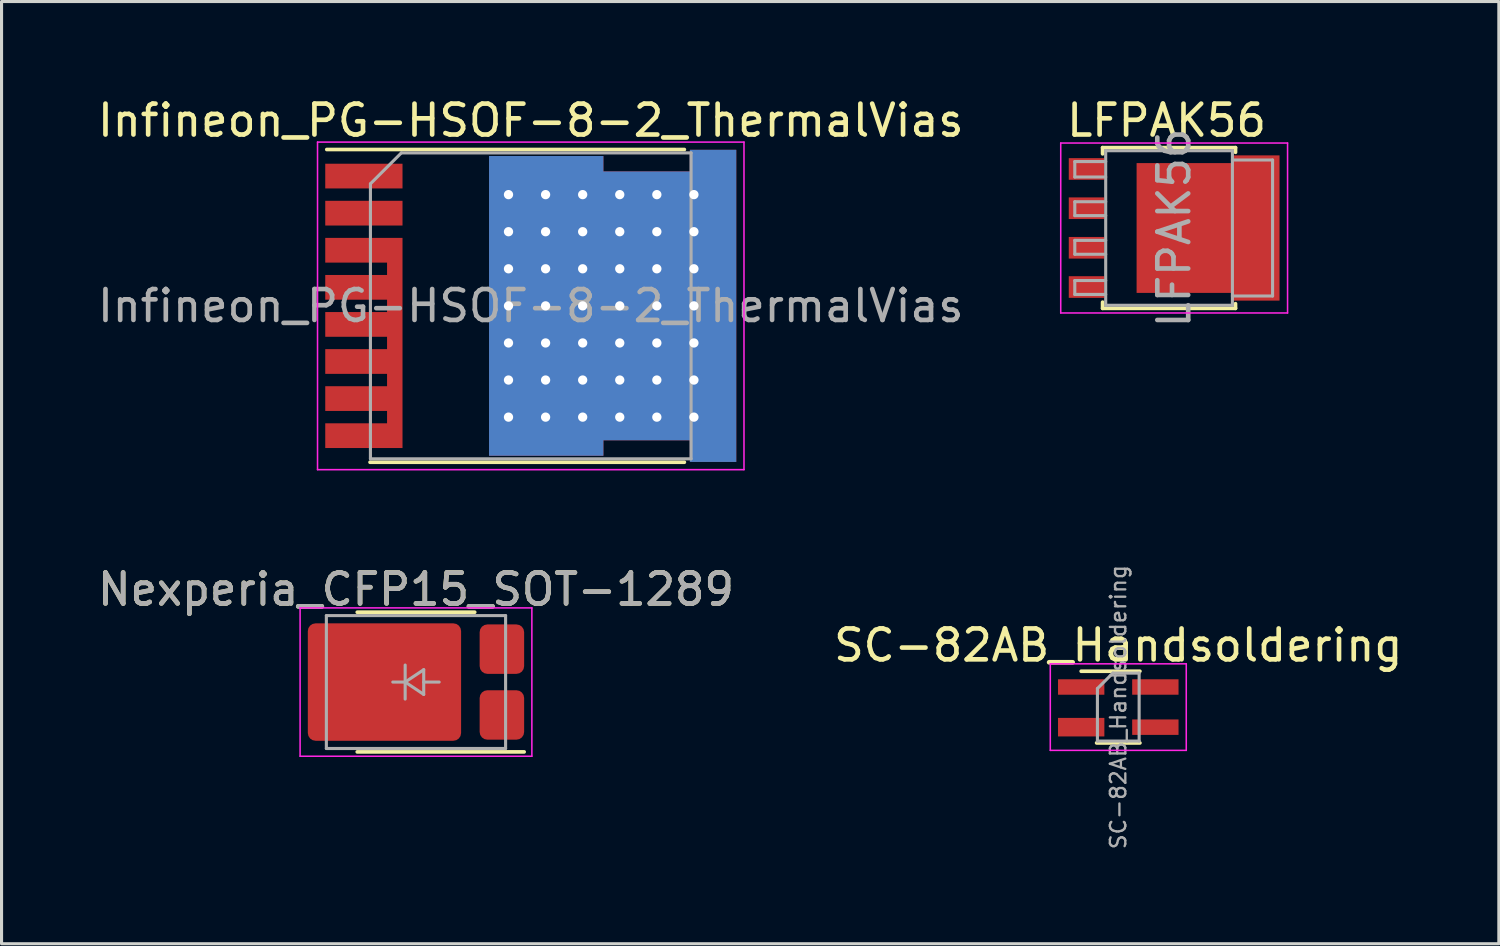
<source format=kicad_pcb>
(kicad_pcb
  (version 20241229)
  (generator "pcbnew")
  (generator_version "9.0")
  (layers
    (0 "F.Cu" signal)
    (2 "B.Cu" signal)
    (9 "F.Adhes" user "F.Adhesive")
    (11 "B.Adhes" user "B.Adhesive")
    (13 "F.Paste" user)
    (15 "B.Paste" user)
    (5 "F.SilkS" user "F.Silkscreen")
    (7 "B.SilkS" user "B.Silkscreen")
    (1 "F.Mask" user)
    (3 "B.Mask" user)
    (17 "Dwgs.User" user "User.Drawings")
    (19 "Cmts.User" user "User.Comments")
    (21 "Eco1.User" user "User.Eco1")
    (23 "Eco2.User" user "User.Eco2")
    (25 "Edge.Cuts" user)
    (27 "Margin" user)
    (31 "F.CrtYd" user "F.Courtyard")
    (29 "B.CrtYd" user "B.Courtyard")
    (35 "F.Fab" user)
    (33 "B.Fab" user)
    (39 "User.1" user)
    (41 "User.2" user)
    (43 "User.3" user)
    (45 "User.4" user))
  (footprint "SC-82AB_Handsoldering"
    (layer "F.Cu")
    (at 33.137 19.831)
    (property "Reference" "SC-82AB_Handsoldering" (at 0 -2 0) (layer "F.SilkS") (effects (font (size 1 1) (thickness 0.15))))
    (attr smd)
    (fp_line (start -0.7 1.16) (end 0.7 1.16) (stroke (width 0.12) (type solid)) (layer "F.SilkS"))
    (fp_line (start 0.7 -1.16) (end -1.2 -1.16) (stroke (width 0.12) (type solid)) (layer "F.SilkS"))
    (fp_line (start -2.2 -1.4) (end -2.2 1.4) (stroke (width 0.05) (type solid)) (layer "F.CrtYd"))
    (fp_line (start -2.2 -1.4) (end 2.2 -1.4) (stroke (width 0.05) (type solid)) (layer "F.CrtYd"))
    (fp_line (start -2.2 1.4) (end 2.2 1.4) (stroke (width 0.05) (type solid)) (layer "F.CrtYd"))
    (fp_line (start 2.2 1.4) (end 2.2 -1.4) (stroke (width 0.05) (type solid)) (layer "F.CrtYd"))
    (fp_line (start -0.675 -0.6) (end -0.675 1.1) (stroke (width 0.1) (type solid)) (layer "F.Fab"))
    (fp_line (start -0.175 -1.1) (end -0.675 -0.6) (stroke (width 0.1) (type solid)) (layer "F.Fab"))
    (fp_line (start 0.675 -1.1) (end -0.175 -1.1) (stroke (width 0.1) (type solid)) (layer "F.Fab"))
    (fp_line (start 0.675 -1.1) (end 0.675 1.1) (stroke (width 0.1) (type solid)) (layer "F.Fab"))
    (fp_line (start 0.675 1.1) (end -0.675 1.1) (stroke (width 0.1) (type solid)) (layer "F.Fab"))
    (fp_text user "${REFERENCE}" (at 0 0 90) (layer "F.Fab") (effects (font (size 0.5 0.5) (thickness 0.075))))
    (pad "1" smd rect (at -1.2 -0.65) (size 1.5 0.5) (layers "F.Cu" "F.Mask" "F.Paste"))
    (pad "2" smd rect (at -1.2 0.65) (size 1.5 0.6) (layers "F.Cu" "F.Mask" "F.Paste"))
    (pad "3" smd rect (at 1.2 0.65) (size 1.5 0.5) (layers "F.Cu" "F.Mask" "F.Paste"))
    (pad "4" smd rect (at 1.2 -0.65) (size 1.5 0.5) (layers "F.Cu" "F.Mask" "F.Paste")))
  (footprint "Nexperia_CFP15_SOT-1289"
    (layer "F.Cu")
    (at 10.411 19.021)
    (property "Reference" "Nexperia_CFP15_SOT-1289" (at 0 -3 0) (layer "F.SilkS") (effects (font (size 1 1) (thickness 0.15))))
    (attr smd)
    (fp_line (start -1.9 -2.26) (end 1.9 -2.26) (stroke (width 0.12) (type solid)) (layer "F.SilkS"))
    (fp_line (start -1.9 2.26) (end 3.5 2.26) (stroke (width 0.12) (type solid)) (layer "F.SilkS"))
    (fp_line (start -3.75 -2.4) (end -3.75 2.4) (stroke (width 0.05) (type solid)) (layer "F.CrtYd"))
    (fp_line (start -3.75 -2.4) (end 3.75 -2.4) (stroke (width 0.05) (type solid)) (layer "F.CrtYd"))
    (fp_line (start 3.75 -2.4) (end 3.75 2.4) (stroke (width 0.05) (type solid)) (layer "F.CrtYd"))
    (fp_line (start 3.75 2.4) (end -3.75 2.4) (stroke (width 0.05) (type solid)) (layer "F.CrtYd"))
    (fp_line (start -2.9 -2.15) (end 2.9 -2.15) (stroke (width 0.1) (type solid)) (layer "F.Fab"))
    (fp_line (start -2.9 2.15) (end -2.9 -2.15) (stroke (width 0.1) (type solid)) (layer "F.Fab"))
    (fp_line (start -0.75 0) (end -0.35 0) (stroke (width 0.1) (type solid)) (layer "F.Fab"))
    (fp_line (start -0.35 -0.55) (end -0.35 0.55) (stroke (width 0.1) (type solid)) (layer "F.Fab"))
    (fp_line (start -0.35 0) (end 0.25 -0.4) (stroke (width 0.1) (type solid)) (layer "F.Fab"))
    (fp_line (start 0.25 -0.4) (end 0.25 0.4) (stroke (width 0.1) (type solid)) (layer "F.Fab"))
    (fp_line (start 0.25 0) (end 0.75 0) (stroke (width 0.1) (type solid)) (layer "F.Fab"))
    (fp_line (start 0.25 0.4) (end -0.35 0) (stroke (width 0.1) (type solid)) (layer "F.Fab"))
    (fp_line (start 2.9 -2.15) (end 2.9 2.15) (stroke (width 0.1) (type solid)) (layer "F.Fab"))
    (fp_line (start 2.9 2.15) (end -2.9 2.15) (stroke (width 0.1) (type solid)) (layer "F.Fab"))
    (fp_text user "${REFERENCE}" (at 0 -3 0) (layer "F.Fab") (effects (font (size 1 1) (thickness 0.15))))
    (pad "" smd roundrect (at -3.15 0) (size 0.6 2.4) (layers "F.Paste") (roundrect_rratio 0.25))
    (pad "" smd roundrect (at -1.7 -0.95) (size 1.9 1.7) (layers "F.Paste") (roundrect_rratio 0.147))
    (pad "" smd roundrect (at -1.7 0.95) (size 1.9 1.7) (layers "F.Paste") (roundrect_rratio 0.147))
    (pad "" smd roundrect (at 0.4 -0.95) (size 1.9 1.7) (layers "F.Paste") (roundrect_rratio 0.147))
    (pad "" smd roundrect (at 0.4 0.95) (size 1.9 1.7) (layers "F.Paste") (roundrect_rratio 0.147))
    (pad "1" smd roundrect (at 2.78 1.065) (size 1.44 1.6) (layers "F.Cu" "F.Mask" "F.Paste") (roundrect_rratio 0.174))
    (pad "2" smd roundrect (at 2.78 -1.065) (size 1.44 1.6) (layers "F.Cu" "F.Mask" "F.Paste") (roundrect_rratio 0.174))
    (pad "3" smd roundrect (at -1.02 0) (size 4.96 3.8) (layers "F.Cu" "F.Mask") (roundrect_rratio 0.066)))
  (footprint "LFPAK56"
    (layer "F.Cu")
    (at 34.945 4.328)
    (property "Reference" "LFPAK56" (at -0.245 -3.48 0) (layer "F.SilkS") (effects (font (size 1 1) (thickness 0.15))))
    (attr smd)
    (fp_line (start -2.315 -2.6) (end -2.315 -2.4) (stroke (width 0.12) (type solid)) (layer "F.SilkS"))
    (fp_line (start -2.315 2.4) (end -2.315 2.6) (stroke (width 0.12) (type solid)) (layer "F.SilkS"))
    (fp_line (start -2.315 2.6) (end 1.985 2.6) (stroke (width 0.12) (type solid)) (layer "F.SilkS"))
    (fp_line (start 1.985 -2.6) (end -2.315 -2.6) (stroke (width 0.12) (type solid)) (layer "F.SilkS"))
    (fp_line (start 1.985 -2.45) (end 1.985 -2.6) (stroke (width 0.12) (type solid)) (layer "F.SilkS"))
    (fp_line (start 1.985 2.6) (end 1.985 2.45) (stroke (width 0.12) (type solid)) (layer "F.SilkS"))
    (fp_line (start -3.67 2.75) (end -3.67 -2.75) (stroke (width 0.05) (type solid)) (layer "F.CrtYd"))
    (fp_line (start -3.67 2.75) (end 3.67 2.75) (stroke (width 0.05) (type solid)) (layer "F.CrtYd"))
    (fp_line (start 3.67 -2.75) (end -3.67 -2.75) (stroke (width 0.05) (type solid)) (layer "F.CrtYd"))
    (fp_line (start 3.67 -2.75) (end 3.67 2.75) (stroke (width 0.05) (type solid)) (layer "F.CrtYd"))
    (fp_line (start -3.215 -2.15) (end -3.215 -1.65) (stroke (width 0.1) (type solid)) (layer "F.Fab"))
    (fp_line (start -3.215 -2.15) (end -2.215 -2.15) (stroke (width 0.1) (type solid)) (layer "F.Fab"))
    (fp_line (start -3.215 -1.65) (end -2.215 -1.65) (stroke (width 0.1) (type solid)) (layer "F.Fab"))
    (fp_line (start -3.215 -0.85) (end -3.215 -0.4) (stroke (width 0.1) (type solid)) (layer "F.Fab"))
    (fp_line (start -3.215 -0.4) (end -2.215 -0.4) (stroke (width 0.1) (type solid)) (layer "F.Fab"))
    (fp_line (start -3.215 0.4) (end -3.215 0.85) (stroke (width 0.1) (type solid)) (layer "F.Fab"))
    (fp_line (start -3.215 0.85) (end -2.215 0.85) (stroke (width 0.1) (type solid)) (layer "F.Fab"))
    (fp_line (start -3.215 1.7) (end -3.215 2.15) (stroke (width 0.1) (type solid)) (layer "F.Fab"))
    (fp_line (start -3.215 2.15) (end -2.215 2.15) (stroke (width 0.1) (type solid)) (layer "F.Fab"))
    (fp_line (start -2.215 -2.5) (end -2.215 2.5) (stroke (width 0.1) (type solid)) (layer "F.Fab"))
    (fp_line (start -2.215 -0.85) (end -3.215 -0.85) (stroke (width 0.1) (type solid)) (layer "F.Fab"))
    (fp_line (start -2.215 0.4) (end -3.215 0.4) (stroke (width 0.1) (type solid)) (layer "F.Fab"))
    (fp_line (start -2.215 1.7) (end -3.215 1.7) (stroke (width 0.1) (type solid)) (layer "F.Fab"))
    (fp_line (start -2.215 2.5) (end 1.885 2.5) (stroke (width 0.1) (type solid)) (layer "F.Fab"))
    (fp_line (start 1.885 -2.5) (end -2.215 -2.5) (stroke (width 0.1) (type solid)) (layer "F.Fab"))
    (fp_line (start 1.885 2.5) (end 1.885 -2.5) (stroke (width 0.1) (type solid)) (layer "F.Fab"))
    (fp_line (start 3.185 -2.2) (end 1.885 -2.2) (stroke (width 0.1) (type solid)) (layer "F.Fab"))
    (fp_line (start 3.185 -2.2) (end 3.185 2.2) (stroke (width 0.1) (type solid)) (layer "F.Fab"))
    (fp_line (start 3.185 2.2) (end 1.885 2.2) (stroke (width 0.1) (type solid)) (layer "F.Fab"))
    (fp_text user "${REFERENCE}" (at 0 0 90) (layer "F.Fab") (effects (font (size 1 1) (thickness 0.15))))
    (pad "" smd rect (at -0.665 -1.15) (size 0.6 0.9) (layers "F.Paste"))
    (pad "" smd rect (at -0.665 0) (size 0.6 0.9) (layers "F.Paste"))
    (pad "" smd rect (at -0.665 1.15) (size 0.6 0.9) (layers "F.Paste"))
    (pad "" smd rect (at 0.185 -1.15) (size 0.6 0.9) (layers "F.Paste"))
    (pad "" smd rect (at 0.185 0) (size 0.6 0.9) (layers "F.Paste"))
    (pad "" smd rect (at 0.185 1.15) (size 0.6 0.9) (layers "F.Paste"))
    (pad "" smd rect (at 1.035 -1.15) (size 0.6 0.9) (layers "F.Paste"))
    (pad "" smd rect (at 1.035 0) (size 0.6 0.9) (layers "F.Paste"))
    (pad "" smd rect (at 1.035 1.15) (size 0.6 0.9) (layers "F.Paste"))
    (pad "" smd rect (at 2.885 -1.88 270) (size 0.6 0.9) (layers "F.Paste"))
    (pad "" smd rect (at 2.885 -0.6 270) (size 0.6 0.9) (layers "F.Paste"))
    (pad "" smd rect (at 2.885 0.6 270) (size 0.6 0.9) (layers "F.Paste"))
    (pad "" smd rect (at 2.885 1.88 270) (size 0.6 0.9) (layers "F.Paste"))
    (pad "1" smd rect (at -2.835 -1.91 270) (size 0.7 1.15) (layers "F.Cu" "F.Mask" "F.Paste"))
    (pad "2" smd rect (at -2.835 -0.64 270) (size 0.7 1.15) (layers "F.Cu" "F.Mask" "F.Paste"))
    (pad "3" smd rect (at -2.835 0.64 270) (size 0.7 1.15) (layers "F.Cu" "F.Mask" "F.Paste"))
    (pad "4" smd rect (at -2.835 1.91 270) (size 0.7 1.15) (layers "F.Cu" "F.Mask" "F.Paste"))
    (pad "5" smd custom (at 0.435 0) (size 3.3 4.2) (layers "F.Cu" "F.Mask") (options (anchor rect)) (primitives (gr_poly (pts (xy 2.975 2.35) (xy 1.425 2.35) (xy 1.425 -2.35) (xy 2.975 -2.35)) (width 0) (fill yes)))))
  (footprint "Infineon_PG-HSOF-8-2_ThermalVias"
    (layer "F.Cu")
    (at 14.125 6.848)
    (property "Reference" "Infineon_PG-HSOF-8-2_ThermalVias" (at 0 -6 0) (layer "F.SilkS") (effects (font (size 1 1) (thickness 0.15))))
    (attr smd)
    (fp_line (start -5.2 5.06) (end 4.97 5.06) (stroke (width 0.12) (type solid)) (layer "F.SilkS"))
    (fp_line (start 4.97 -5.06) (end -6.6 -5.06) (stroke (width 0.12) (type solid)) (layer "F.SilkS"))
    (fp_line (start -6.9 5.3) (end -6.9 -5.3) (stroke (width 0.05) (type solid)) (layer "F.CrtYd"))
    (fp_line (start -6.9 5.3) (end 6.9 5.3) (stroke (width 0.05) (type solid)) (layer "F.CrtYd"))
    (fp_line (start 6.9 -5.3) (end -6.9 -5.3) (stroke (width 0.05) (type solid)) (layer "F.CrtYd"))
    (fp_line (start 6.9 -5.3) (end 6.9 5.3) (stroke (width 0.05) (type solid)) (layer "F.CrtYd"))
    (fp_line (start -5.188 4.95) (end -5.188 -3.95) (stroke (width 0.1) (type solid)) (layer "F.Fab"))
    (fp_line (start -4.188 -4.95) (end -5.188 -3.95) (stroke (width 0.1) (type solid)) (layer "F.Fab"))
    (fp_line (start -4.188 -4.95) (end 5.188 -4.95) (stroke (width 0.1) (type solid)) (layer "F.Fab"))
    (fp_line (start 5.188 -4.95) (end 5.188 4.95) (stroke (width 0.1) (type solid)) (layer "F.Fab"))
    (fp_line (start 5.188 4.95) (end -5.188 4.95) (stroke (width 0.1) (type solid)) (layer "F.Fab"))
    (fp_text user "${REFERENCE}" (at 0 0 0) (layer "F.Fab") (effects (font (size 1 1) (thickness 0.15))))
    (pad "" smd rect (at -5.4 -4.2) (size 2.35 0.7) (layers "F.Paste"))
    (pad "" smd rect (at -5.4 -3) (size 2.35 0.7) (layers "F.Paste"))
    (pad "" smd rect (at -5.4 -1.8) (size 2.35 0.7) (layers "F.Paste"))
    (pad "" smd rect (at -5.4 -0.6) (size 2.35 0.7) (layers "F.Paste"))
    (pad "" smd rect (at -5.4 0.6) (size 2.35 0.7) (layers "F.Paste"))
    (pad "" smd rect (at -5.4 1.8) (size 2.35 0.7) (layers "F.Paste"))
    (pad "" smd rect (at -5.4 3) (size 2.35 0.7) (layers "F.Paste"))
    (pad "" smd rect (at -5.4 4.2) (size 2.35 0.7) (layers "F.Paste"))
    (pad "" smd circle (at -0.12 -4.2) (size 1 1) (layers "F.Paste"))
    (pad "" smd circle (at -0.12 -3) (size 1 1) (layers "F.Paste"))
    (pad "" smd circle (at -0.12 -1.8) (size 1 1) (layers "F.Paste"))
    (pad "" smd circle (at -0.12 -0.6) (size 1 1) (layers "F.Paste"))
    (pad "" smd circle (at -0.12 0.6) (size 1 1) (layers "F.Paste"))
    (pad "" smd circle (at -0.12 1.8) (size 1 1) (layers "F.Paste"))
    (pad "" smd circle (at -0.12 3) (size 1 1) (layers "F.Paste"))
    (pad "" smd circle (at -0.12 4.2) (size 1 1) (layers "F.Paste"))
    (pad "" smd circle (at 1.08 -4.2) (size 1 1) (layers "F.Paste"))
    (pad "" smd circle (at 1.08 -3) (size 1 1) (layers "F.Paste"))
    (pad "" smd circle (at 1.08 -1.8) (size 1 1) (layers "F.Paste"))
    (pad "" smd circle (at 1.08 -0.6) (size 1 1) (layers "F.Paste"))
    (pad "" smd circle (at 1.08 0.6) (size 1 1) (layers "F.Paste"))
    (pad "" smd circle (at 1.08 1.8) (size 1 1) (layers "F.Paste"))
    (pad "" smd circle (at 1.08 3) (size 1 1) (layers "F.Paste"))
    (pad "" smd circle (at 1.08 4.2) (size 1 1) (layers "F.Paste"))
    (pad "" smd circle (at 2.28 -3) (size 1 1) (layers "F.Paste"))
    (pad "" smd circle (at 2.28 -1.8) (size 1 1) (layers "F.Paste"))
    (pad "" smd circle (at 2.28 -0.6) (size 1 1) (layers "F.Paste"))
    (pad "" smd circle (at 2.28 0.6) (size 1 1) (layers "F.Paste"))
    (pad "" smd circle (at 2.28 1.8) (size 1 1) (layers "F.Paste"))
    (pad "" smd circle (at 2.28 3) (size 1 1) (layers "F.Paste"))
    (pad "" smd circle (at 3.48 -3) (size 1 1) (layers "F.Paste"))
    (pad "" smd circle (at 3.48 -1.8) (size 1 1) (layers "F.Paste"))
    (pad "" smd circle (at 3.48 -0.6) (size 1 1) (layers "F.Paste"))
    (pad "" smd circle (at 3.48 0.6) (size 1 1) (layers "F.Paste"))
    (pad "" smd circle (at 3.48 1.8) (size 1 1) (layers "F.Paste"))
    (pad "" smd circle (at 3.48 3) (size 1 1) (layers "F.Paste"))
    (pad "" smd circle (at 4.68 -3) (size 1 1) (layers "F.Paste"))
    (pad "" smd circle (at 4.68 -1.8) (size 1 1) (layers "F.Paste"))
    (pad "" smd circle (at 4.68 -0.6) (size 1 1) (layers "F.Paste"))
    (pad "" smd circle (at 4.68 0.6) (size 1 1) (layers "F.Paste"))
    (pad "" smd circle (at 4.68 1.8) (size 1 1) (layers "F.Paste"))
    (pad "" smd circle (at 4.68 3) (size 1 1) (layers "F.Paste"))
    (pad "" smd circle (at 5.88 -4.2) (size 1 1) (layers "F.Paste"))
    (pad "" smd circle (at 5.88 -3) (size 1 1) (layers "F.Paste"))
    (pad "" smd circle (at 5.88 -1.8) (size 1 1) (layers "F.Paste"))
    (pad "" smd circle (at 5.88 -0.6) (size 1 1) (layers "F.Paste"))
    (pad "" smd circle (at 5.88 0.6) (size 1 1) (layers "F.Paste"))
    (pad "" smd circle (at 5.88 1.8) (size 1 1) (layers "F.Paste"))
    (pad "" smd circle (at 5.88 3) (size 1 1) (layers "F.Paste"))
    (pad "" smd circle (at 5.88 4.2) (size 1 1) (layers "F.Paste"))
    (pad "1" smd rect (at -5.4 -4.2) (size 2.5 0.8) (layers "F.Cu" "F.Mask"))
    (pad "2" smd rect (at -5.4 -3) (size 2.5 0.8) (layers "F.Cu" "F.Mask"))
    (pad "3" smd custom (at -4.4 1.2) (size 0.5 6.8) (layers "F.Cu" "F.Mask") (options (anchor rect)) (primitives (gr_poly (pts (xy -0.25 -2.6) (xy -2.25 -2.6) (xy -2.25 -3.4) (xy -0.25 -3.4)) (width 0) (fill yes)) (gr_poly (pts (xy -0.25 -1.4) (xy -2.25 -1.4) (xy -2.25 -2.2) (xy -0.25 -2.2)) (width 0) (fill yes)) (gr_poly (pts (xy -0.25 -0.2) (xy -2.25 -0.2) (xy -2.25 -1) (xy -0.25 -1)) (width 0) (fill yes)) (gr_poly (pts (xy -0.25 1) (xy -2.25 1) (xy -2.25 0.2) (xy -0.25 0.2)) (width 0) (fill yes)) (gr_poly (pts (xy -0.25 2.2) (xy -2.25 2.2) (xy -2.25 1.4) (xy -0.25 1.4)) (width 0) (fill yes)) (gr_poly (pts (xy -0.25 3.4) (xy -2.25 3.4) (xy -2.25 2.6) (xy -0.25 2.6)) (width 0) (fill yes))))
    (pad "4" thru_hole circle (at -0.72 -3.6) (size 0.6 0.6) (drill 0.3) (layers "*.Cu"))
    (pad "4" thru_hole circle (at -0.72 -2.4) (size 0.6 0.6) (drill 0.3) (layers "*.Cu"))
    (pad "4" thru_hole circle (at -0.72 -1.2) (size 0.6 0.6) (drill 0.3) (layers "*.Cu"))
    (pad "4" thru_hole circle (at -0.72 0) (size 0.6 0.6) (drill 0.3) (layers "*.Cu"))
    (pad "4" thru_hole circle (at -0.72 1.2) (size 0.6 0.6) (drill 0.3) (layers "*.Cu"))
    (pad "4" thru_hole circle (at -0.72 2.4) (size 0.6 0.6) (drill 0.3) (layers "*.Cu"))
    (pad "4" thru_hole circle (at -0.72 3.6) (size 0.6 0.6) (drill 0.3) (layers "*.Cu"))
    (pad "4" thru_hole circle (at 0.48 -3.6) (size 0.6 0.6) (drill 0.3) (layers "*.Cu"))
    (pad "4" thru_hole circle (at 0.48 -2.4) (size 0.6 0.6) (drill 0.3) (layers "*.Cu"))
    (pad "4" thru_hole circle (at 0.48 -1.2) (size 0.6 0.6) (drill 0.3) (layers "*.Cu"))
    (pad "4" thru_hole circle (at 0.48 0) (size 0.6 0.6) (drill 0.3) (layers "*.Cu"))
    (pad "4" thru_hole circle (at 0.48 1.2) (size 0.6 0.6) (drill 0.3) (layers "*.Cu"))
    (pad "4" thru_hole circle (at 0.48 2.4) (size 0.6 0.6) (drill 0.3) (layers "*.Cu"))
    (pad "4" thru_hole circle (at 0.48 3.6) (size 0.6 0.6) (drill 0.3) (layers "*.Cu"))
    (pad "4" thru_hole circle (at 1.68 -3.6) (size 0.6 0.6) (drill 0.3) (layers "*.Cu"))
    (pad "4" thru_hole circle (at 1.68 -2.4) (size 0.6 0.6) (drill 0.3) (layers "*.Cu"))
    (pad "4" thru_hole circle (at 1.68 -1.2) (size 0.6 0.6) (drill 0.3) (layers "*.Cu"))
    (pad "4" thru_hole circle (at 1.68 0) (size 0.6 0.6) (drill 0.3) (layers "*.Cu"))
    (pad "4" thru_hole circle (at 1.68 1.2) (size 0.6 0.6) (drill 0.3) (layers "*.Cu"))
    (pad "4" thru_hole circle (at 1.68 2.4) (size 0.6 0.6) (drill 0.3) (layers "*.Cu"))
    (pad "4" thru_hole circle (at 1.68 3.6) (size 0.6 0.6) (drill 0.3) (layers "*.Cu"))
    (pad "4" thru_hole circle (at 2.88 -3.6) (size 0.6 0.6) (drill 0.3) (layers "*.Cu"))
    (pad "4" thru_hole circle (at 2.88 -2.4) (size 0.6 0.6) (drill 0.3) (layers "*.Cu"))
    (pad "4" thru_hole circle (at 2.88 -1.2) (size 0.6 0.6) (drill 0.3) (layers "*.Cu"))
    (pad "4" thru_hole circle (at 2.88 0) (size 0.6 0.6) (drill 0.3) (layers "*.Cu"))
    (pad "4" thru_hole circle (at 2.88 1.2) (size 0.6 0.6) (drill 0.3) (layers "*.Cu"))
    (pad "4" thru_hole circle (at 2.88 2.4) (size 0.6 0.6) (drill 0.3) (layers "*.Cu"))
    (pad "4" thru_hole circle (at 2.88 3.6) (size 0.6 0.6) (drill 0.3) (layers "*.Cu"))
    (pad "4" smd custom (at 3.75 0) (size 2.8 8.7) (layers "F.Cu" "F.Mask") (options (anchor rect)) (primitives (gr_poly (pts (xy 2.9 5.05) (xy 1.4 5.05) (xy 1.4 -5.05) (xy 2.9 -5.05)) (width 0) (fill yes)) (gr_poly (pts (xy -1.4 4.85) (xy -5.1 4.85) (xy -5.1 -4.85) (xy -1.4 -4.85)) (width 0) (fill yes))))
    (pad "4" smd custom (at 3.75 0) (size 2.8 8.7) (layers "B.Cu") (options (anchor rect)) (primitives (gr_poly (pts (xy 2.9 5.05) (xy 1.4 5.05) (xy 1.4 -5.05) (xy 2.9 -5.05)) (width 0) (fill yes)) (gr_poly (pts (xy -1.4 4.85) (xy -5.1 4.85) (xy -5.1 -4.85) (xy -1.4 -4.85)) (width 0) (fill yes))))
    (pad "4" thru_hole circle (at 4.08 -3.6) (size 0.6 0.6) (drill 0.3) (layers "*.Cu"))
    (pad "4" thru_hole circle (at 4.08 -2.4) (size 0.6 0.6) (drill 0.3) (layers "*.Cu"))
    (pad "4" thru_hole circle (at 4.08 -1.2) (size 0.6 0.6) (drill 0.3) (layers "*.Cu"))
    (pad "4" thru_hole circle (at 4.08 0) (size 0.6 0.6) (drill 0.3) (layers "*.Cu"))
    (pad "4" thru_hole circle (at 4.08 1.2) (size 0.6 0.6) (drill 0.3) (layers "*.Cu"))
    (pad "4" thru_hole circle (at 4.08 2.4) (size 0.6 0.6) (drill 0.3) (layers "*.Cu"))
    (pad "4" thru_hole circle (at 4.08 3.6) (size 0.6 0.6) (drill 0.3) (layers "*.Cu"))
    (pad "4" thru_hole circle (at 5.28 -3.6) (size 0.6 0.6) (drill 0.3) (layers "*.Cu"))
    (pad "4" thru_hole circle (at 5.28 -2.4) (size 0.6 0.6) (drill 0.3) (layers "*.Cu"))
    (pad "4" thru_hole circle (at 5.28 -1.2) (size 0.6 0.6) (drill 0.3) (layers "*.Cu"))
    (pad "4" thru_hole circle (at 5.28 0) (size 0.6 0.6) (drill 0.3) (layers "*.Cu"))
    (pad "4" thru_hole circle (at 5.28 1.2) (size 0.6 0.6) (drill 0.3) (layers "*.Cu"))
    (pad "4" thru_hole circle (at 5.28 2.4) (size 0.6 0.6) (drill 0.3) (layers "*.Cu"))
    (pad "4" thru_hole circle (at 5.28 3.6) (size 0.6 0.6) (drill 0.3) (layers "*.Cu")))
  (gr_rect
    (start -3 -3)
    (end 45.452 27.489)
    (stroke (width 0.1) (type default))
    (fill no)
    (layer "Edge.Cuts")))
</source>
